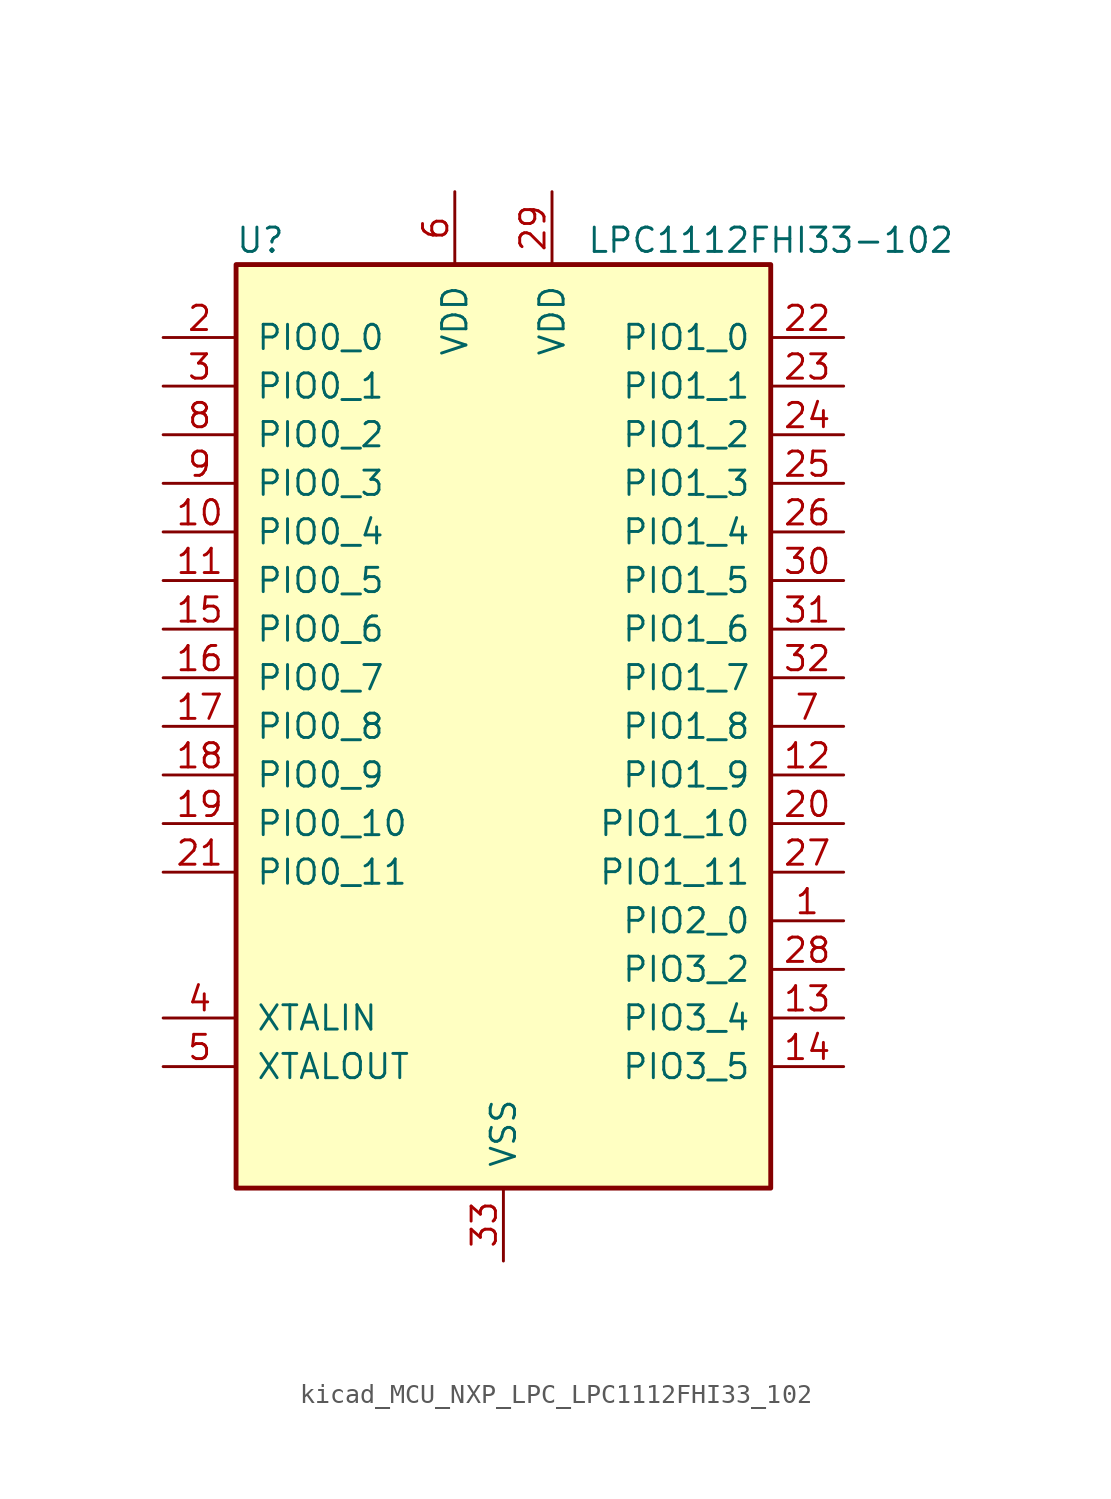
<source format=kicad_sym>
(kicad_symbol_lib
  (version 20220914)
  (generator kicad_symbol_editor)
  (symbol "kicad_MCU_NXP_LPC_LPC1112FHI33_102"
    (pin_names
      (offset 1.016))
    (property "Reference" "U"
      (at -12.7 25.4 0)
      (effects (font (size 1.27 1.27))))
    (property "Value" "LPC1112FHI33-102"
      (at 13.97 25.4 0)
      (effects (font (size 1.27 1.27))))
    (symbol "kicad_MCU_NXP_LPC_LPC1112FHI33_102_0_1"
      (rectangle (start -13.97 24.13) (end 13.97 -24.13) (stroke (width 0.254) (type default)) (fill (type background))))
    (symbol "kicad_MCU_NXP_LPC_LPC1112FHI33_102_1_1"
      (pin bidirectional line (at 17.78 -10.16 180) (length 3.81) (name "PIO2_0" (effects (font (size 1.27 1.27)))) (number "1" (effects (font (size 1.27 1.27)))))
      (pin bidirectional line (at -17.78 10.16 0) (length 3.81) (name "PIO0_4" (effects (font (size 1.27 1.27)))) (number "10" (effects (font (size 1.27 1.27)))))
      (pin bidirectional line (at -17.78 7.62 0) (length 3.81) (name "PIO0_5" (effects (font (size 1.27 1.27)))) (number "11" (effects (font (size 1.27 1.27)))))
      (pin bidirectional line (at 17.78 -2.54 180) (length 3.81) (name "PIO1_9" (effects (font (size 1.27 1.27)))) (number "12" (effects (font (size 1.27 1.27)))))
      (pin bidirectional line (at 17.78 -15.24 180) (length 3.81) (name "PIO3_4" (effects (font (size 1.27 1.27)))) (number "13" (effects (font (size 1.27 1.27)))))
      (pin bidirectional line (at 17.78 -17.78 180) (length 3.81) (name "PIO3_5" (effects (font (size 1.27 1.27)))) (number "14" (effects (font (size 1.27 1.27)))))
      (pin bidirectional line (at -17.78 5.08 0) (length 3.81) (name "PIO0_6" (effects (font (size 1.27 1.27)))) (number "15" (effects (font (size 1.27 1.27)))))
      (pin bidirectional line (at -17.78 2.54 0) (length 3.81) (name "PIO0_7" (effects (font (size 1.27 1.27)))) (number "16" (effects (font (size 1.27 1.27)))))
      (pin bidirectional line (at -17.78 0 0) (length 3.81) (name "PIO0_8" (effects (font (size 1.27 1.27)))) (number "17" (effects (font (size 1.27 1.27)))))
      (pin bidirectional line (at -17.78 -2.54 0) (length 3.81) (name "PIO0_9" (effects (font (size 1.27 1.27)))) (number "18" (effects (font (size 1.27 1.27)))))
      (pin bidirectional line (at -17.78 -5.08 0) (length 3.81) (name "PIO0_10" (effects (font (size 1.27 1.27)))) (number "19" (effects (font (size 1.27 1.27)))))
      (pin bidirectional line (at -17.78 20.32 0) (length 3.81) (name "PIO0_0" (effects (font (size 1.27 1.27)))) (number "2" (effects (font (size 1.27 1.27)))))
      (pin bidirectional line (at 17.78 -5.08 180) (length 3.81) (name "PIO1_10" (effects (font (size 1.27 1.27)))) (number "20" (effects (font (size 1.27 1.27)))))
      (pin bidirectional line (at -17.78 -7.62 0) (length 3.81) (name "PIO0_11" (effects (font (size 1.27 1.27)))) (number "21" (effects (font (size 1.27 1.27)))))
      (pin bidirectional line (at 17.78 20.32 180) (length 3.81) (name "PIO1_0" (effects (font (size 1.27 1.27)))) (number "22" (effects (font (size 1.27 1.27)))))
      (pin bidirectional line (at 17.78 17.78 180) (length 3.81) (name "PIO1_1" (effects (font (size 1.27 1.27)))) (number "23" (effects (font (size 1.27 1.27)))))
      (pin bidirectional line (at 17.78 15.24 180) (length 3.81) (name "PIO1_2" (effects (font (size 1.27 1.27)))) (number "24" (effects (font (size 1.27 1.27)))))
      (pin bidirectional line (at 17.78 12.7 180) (length 3.81) (name "PIO1_3" (effects (font (size 1.27 1.27)))) (number "25" (effects (font (size 1.27 1.27)))))
      (pin bidirectional line (at 17.78 10.16 180) (length 3.81) (name "PIO1_4" (effects (font (size 1.27 1.27)))) (number "26" (effects (font (size 1.27 1.27)))))
      (pin bidirectional line (at 17.78 -7.62 180) (length 3.81) (name "PIO1_11" (effects (font (size 1.27 1.27)))) (number "27" (effects (font (size 1.27 1.27)))))
      (pin bidirectional line (at 17.78 -12.7 180) (length 3.81) (name "PIO3_2" (effects (font (size 1.27 1.27)))) (number "28" (effects (font (size 1.27 1.27)))))
      (pin power_in line (at 2.54 27.94 270) (length 3.81) (name "VDD" (effects (font (size 1.27 1.27)))) (number "29" (effects (font (size 1.27 1.27)))))
      (pin bidirectional line (at -17.78 17.78 0) (length 3.81) (name "PIO0_1" (effects (font (size 1.27 1.27)))) (number "3" (effects (font (size 1.27 1.27)))))
      (pin bidirectional line (at 17.78 7.62 180) (length 3.81) (name "PIO1_5" (effects (font (size 1.27 1.27)))) (number "30" (effects (font (size 1.27 1.27)))))
      (pin bidirectional line (at 17.78 5.08 180) (length 3.81) (name "PIO1_6" (effects (font (size 1.27 1.27)))) (number "31" (effects (font (size 1.27 1.27)))))
      (pin bidirectional line (at 17.78 2.54 180) (length 3.81) (name "PIO1_7" (effects (font (size 1.27 1.27)))) (number "32" (effects (font (size 1.27 1.27)))))
      (pin power_in line (at 0 -27.94 90) (length 3.81) (name "VSS" (effects (font (size 1.27 1.27)))) (number "33" (effects (font (size 1.27 1.27)))))
      (pin input line (at -17.78 -15.24 0) (length 3.81) (name "XTALIN" (effects (font (size 1.27 1.27)))) (number "4" (effects (font (size 1.27 1.27)))))
      (pin output line (at -17.78 -17.78 0) (length 3.81) (name "XTALOUT" (effects (font (size 1.27 1.27)))) (number "5" (effects (font (size 1.27 1.27)))))
      (pin power_in line (at -2.54 27.94 270) (length 3.81) (name "VDD" (effects (font (size 1.27 1.27)))) (number "6" (effects (font (size 1.27 1.27)))))
      (pin bidirectional line (at 17.78 0 180) (length 3.81) (name "PIO1_8" (effects (font (size 1.27 1.27)))) (number "7" (effects (font (size 1.27 1.27)))))
      (pin bidirectional line (at -17.78 15.24 0) (length 3.81) (name "PIO0_2" (effects (font (size 1.27 1.27)))) (number "8" (effects (font (size 1.27 1.27)))))
      (pin bidirectional line (at -17.78 12.7 0) (length 3.81) (name "PIO0_3" (effects (font (size 1.27 1.27)))) (number "9" (effects (font (size 1.27 1.27))))))))
</source>
